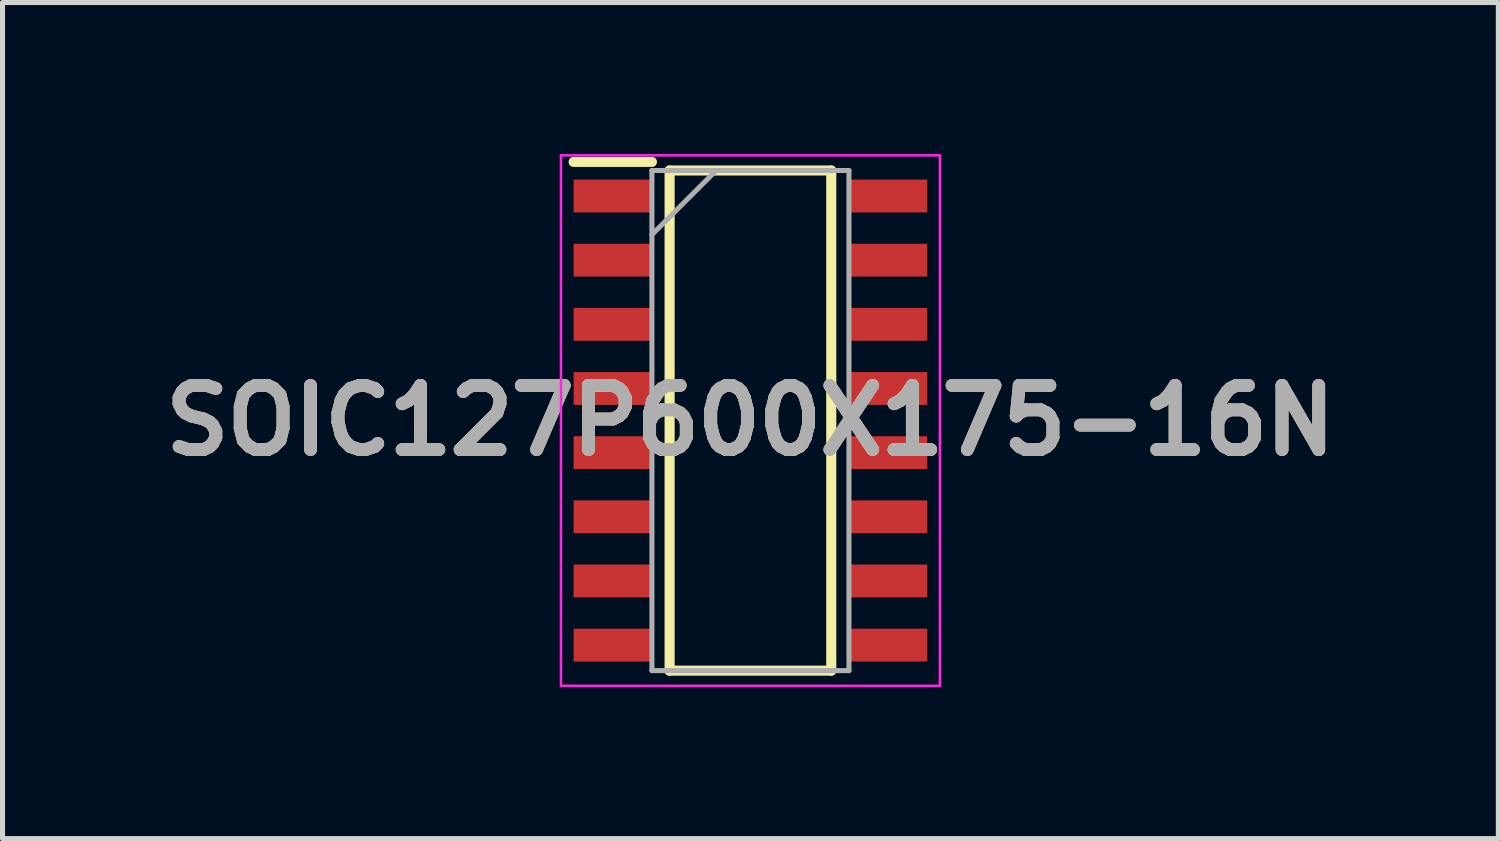
<source format=kicad_pcb>
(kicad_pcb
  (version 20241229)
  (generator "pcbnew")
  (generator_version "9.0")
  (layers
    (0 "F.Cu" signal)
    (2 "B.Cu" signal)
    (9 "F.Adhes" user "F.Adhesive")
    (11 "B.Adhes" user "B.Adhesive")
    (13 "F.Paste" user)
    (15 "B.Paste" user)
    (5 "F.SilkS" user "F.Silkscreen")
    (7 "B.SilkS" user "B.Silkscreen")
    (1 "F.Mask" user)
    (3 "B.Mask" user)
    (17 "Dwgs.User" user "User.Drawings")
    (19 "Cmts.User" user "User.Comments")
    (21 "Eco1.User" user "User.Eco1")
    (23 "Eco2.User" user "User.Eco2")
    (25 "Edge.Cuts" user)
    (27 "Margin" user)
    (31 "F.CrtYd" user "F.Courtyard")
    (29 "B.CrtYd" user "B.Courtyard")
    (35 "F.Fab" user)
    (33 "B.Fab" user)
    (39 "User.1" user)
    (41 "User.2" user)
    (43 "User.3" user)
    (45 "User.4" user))
  (footprint "SOIC127P600X175-16N"
    (layer "F.Cu")
    (at 11.805 5.275)
    (property "Reference" "SOIC127P600X175-16N" (at 0 0 0) (layer "F.SilkS") (effects (font (size 1.27 1.27) (thickness 0.254))))
    (attr smd)
    (fp_line (start -3.5 -5.12) (end -1.95 -5.12) (stroke (width 0.2) (type solid)) (layer "F.SilkS"))
    (fp_line (start -1.6 -4.95) (end 1.6 -4.95) (stroke (width 0.2) (type solid)) (layer "F.SilkS"))
    (fp_line (start -1.6 4.95) (end -1.6 -4.95) (stroke (width 0.2) (type solid)) (layer "F.SilkS"))
    (fp_line (start 1.6 -4.95) (end 1.6 4.95) (stroke (width 0.2) (type solid)) (layer "F.SilkS"))
    (fp_line (start 1.6 4.95) (end -1.6 4.95) (stroke (width 0.2) (type solid)) (layer "F.SilkS"))
    (fp_line (start -3.75 -5.25) (end 3.75 -5.25) (stroke (width 0.05) (type solid)) (layer "F.CrtYd"))
    (fp_line (start -3.75 5.25) (end -3.75 -5.25) (stroke (width 0.05) (type solid)) (layer "F.CrtYd"))
    (fp_line (start 3.75 -5.25) (end 3.75 5.25) (stroke (width 0.05) (type solid)) (layer "F.CrtYd"))
    (fp_line (start 3.75 5.25) (end -3.75 5.25) (stroke (width 0.05) (type solid)) (layer "F.CrtYd"))
    (fp_line (start -1.95 -4.95) (end 1.95 -4.95) (stroke (width 0.1) (type solid)) (layer "F.Fab"))
    (fp_line (start -1.95 -3.68) (end -0.68 -4.95) (stroke (width 0.1) (type solid)) (layer "F.Fab"))
    (fp_line (start -1.95 4.95) (end -1.95 -4.95) (stroke (width 0.1) (type solid)) (layer "F.Fab"))
    (fp_line (start 1.95 -4.95) (end 1.95 4.95) (stroke (width 0.1) (type solid)) (layer "F.Fab"))
    (fp_line (start 1.95 4.95) (end -1.95 4.95) (stroke (width 0.1) (type solid)) (layer "F.Fab"))
    (fp_text user "${REFERENCE}" (at 0 0 0) (layer "F.Fab") (effects (font (size 1.27 1.27) (thickness 0.254))))
    (pad "1" smd rect (at -2.725 -4.445 90) (size 0.65 1.55) (layers "F.Cu" "F.Mask" "F.Paste"))
    (pad "2" smd rect (at -2.725 -3.175 90) (size 0.65 1.55) (layers "F.Cu" "F.Mask" "F.Paste"))
    (pad "3" smd rect (at -2.725 -1.905 90) (size 0.65 1.55) (layers "F.Cu" "F.Mask" "F.Paste"))
    (pad "4" smd rect (at -2.725 -0.635 90) (size 0.65 1.55) (layers "F.Cu" "F.Mask" "F.Paste"))
    (pad "5" smd rect (at -2.725 0.635 90) (size 0.65 1.55) (layers "F.Cu" "F.Mask" "F.Paste"))
    (pad "6" smd rect (at -2.725 1.905 90) (size 0.65 1.55) (layers "F.Cu" "F.Mask" "F.Paste"))
    (pad "7" smd rect (at -2.725 3.175 90) (size 0.65 1.55) (layers "F.Cu" "F.Mask" "F.Paste"))
    (pad "8" smd rect (at -2.725 4.445 90) (size 0.65 1.55) (layers "F.Cu" "F.Mask" "F.Paste"))
    (pad "9" smd rect (at 2.725 4.445 90) (size 0.65 1.55) (layers "F.Cu" "F.Mask" "F.Paste"))
    (pad "10" smd rect (at 2.725 3.175 90) (size 0.65 1.55) (layers "F.Cu" "F.Mask" "F.Paste"))
    (pad "11" smd rect (at 2.725 1.905 90) (size 0.65 1.55) (layers "F.Cu" "F.Mask" "F.Paste"))
    (pad "12" smd rect (at 2.725 0.635 90) (size 0.65 1.55) (layers "F.Cu" "F.Mask" "F.Paste"))
    (pad "13" smd rect (at 2.725 -0.635 90) (size 0.65 1.55) (layers "F.Cu" "F.Mask" "F.Paste"))
    (pad "14" smd rect (at 2.725 -1.905 90) (size 0.65 1.55) (layers "F.Cu" "F.Mask" "F.Paste"))
    (pad "15" smd rect (at 2.725 -3.175 90) (size 0.65 1.55) (layers "F.Cu" "F.Mask" "F.Paste"))
    (pad "16" smd rect (at 2.725 -4.445 90) (size 0.65 1.55) (layers "F.Cu" "F.Mask" "F.Paste")))
  (gr_rect
    (start -3 -3)
    (end 26.61 13.55)
    (stroke (width 0.1) (type default))
    (fill no)
    (layer "Edge.Cuts")))
</source>
